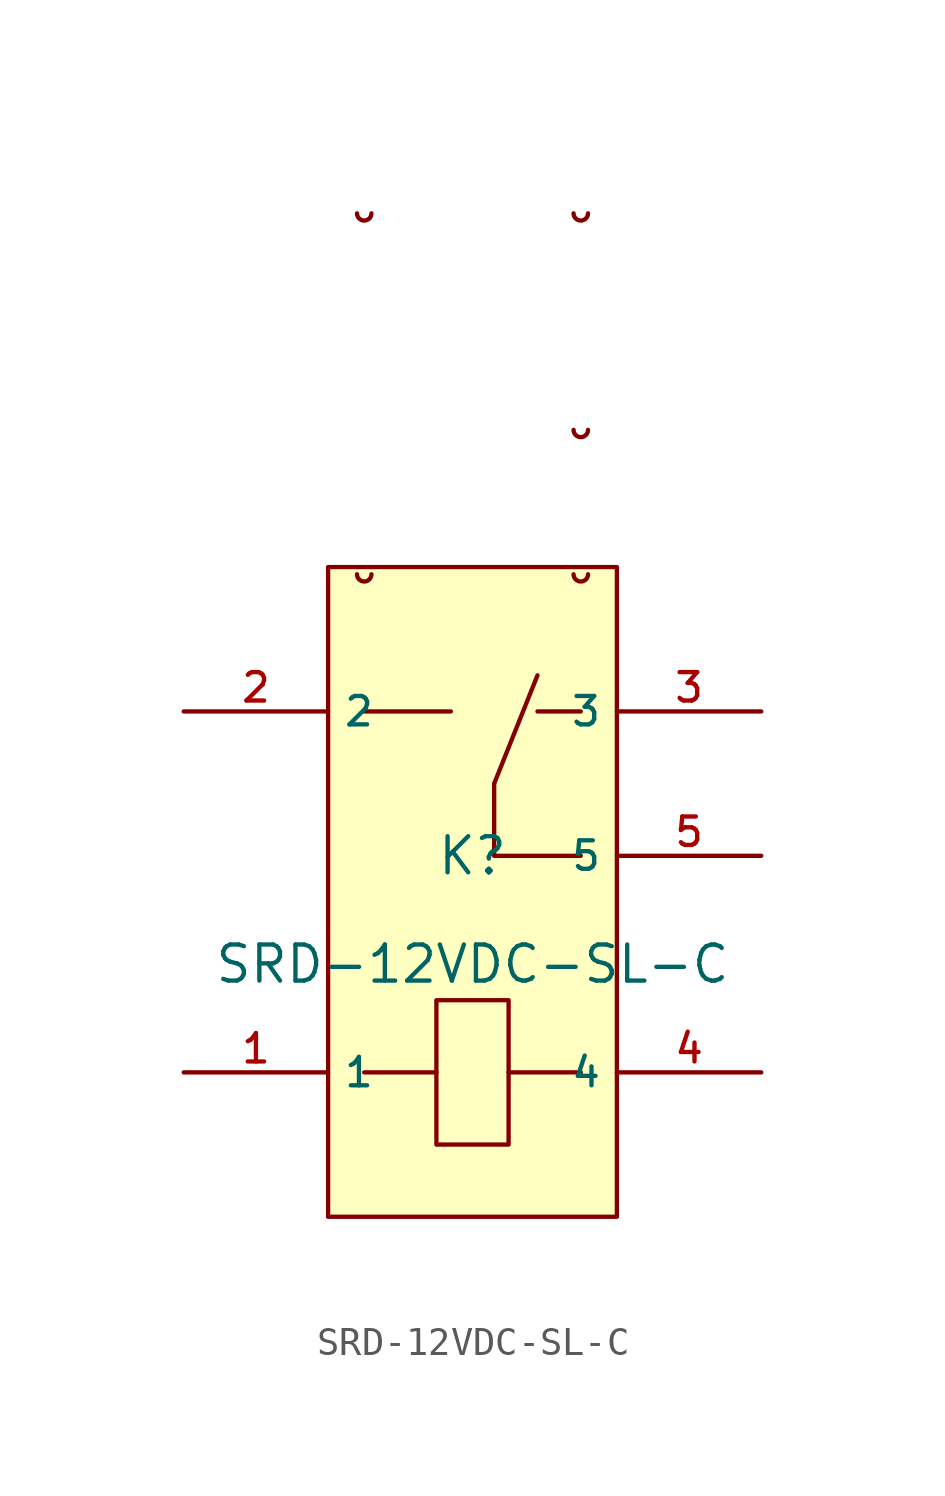
<source format=kicad_sym>
(kicad_symbol_lib
  (version 20210201)
  (generator TousstNicolas/JLC2KiCad_lib)
  (symbol "SRD-12VDC-SL-C"
    (property "Reference" "K"
      (at 0 1.27 0)
      (effects (font (size 1.27 1.27))))
    (property "Value" "SRD-12VDC-SL-C"
      (at 0 -2.54 0)
      (effects (font (size 1.27 1.27))))
    (symbol "SRD-12VDC-SL-C_0_1"
      (rectangle (start -5.08 11.43) (end 5.08 -11.43) (stroke (width 0) (type default) (color 0 0 0 0)) (fill (type background)))
      (pin input line (at -10.16 -6.35 0) (length 5.08) (name "1" (effects (font (size 1 1)))) (number "1" (effects (font (size 1 1)))))
      (pin input line (at -10.16 6.35 0) (length 5.08) (name "2" (effects (font (size 1 1)))) (number "2" (effects (font (size 1 1)))))
      (pin input line (at 10.16 6.35 180) (length 5.08) (name "3" (effects (font (size 1 1)))) (number "3" (effects (font (size 1 1)))))
      (pin input line (at 10.16 -6.35 180) (length 5.08) (name "4" (effects (font (size 1 1)))) (number "4" (effects (font (size 1 1)))))
      (pin input line (at 10.16 1.27 180) (length 5.08) (name "5" (effects (font (size 1 1)))) (number "5" (effects (font (size 1 1)))))
      (polyline (pts (xy -3.81 -6.35) (xy -1.27 -6.35)) (stroke (width 0) (type default) (color 0 0 0 0)) (fill (type none)))
      (polyline (pts (xy 1.27 -6.35) (xy 3.81 -6.35)) (stroke (width 0) (type default) (color 0 0 0 0)) (fill (type none)))
      (polyline (pts (xy 1.27 -8.89) (xy -1.27 -8.89) (xy -1.27 -3.81) (xy 1.27 -3.81) (xy 1.27 -8.89)) (stroke (width 0) (type default) (color 0 0 0 0)) (fill (type none)))
      (arc (start 4.064262128524258 23.876047752095506) (mid 3.8102616205232422 23.62204724409449) (end 3.5562611125222263 23.876047752095506) (stroke (width 0) (type default) (color 0 0 0 0)) (fill (type none)))
      (arc (start -3.555753111506224 23.876047752095506) (mid -3.80975361950724 23.62204724409449) (end -4.063754127508256 23.876047752095506) (stroke (width 0) (type default) (color 0 0 0 0)) (fill (type none)))
      (polyline (pts (xy 3.81 1.27) (xy 0.762 1.27) (xy 0.762 3.81)) (stroke (width 0) (type default) (color 0 0 0 0)) (fill (type none)))
      (polyline (pts (xy -3.81 6.35) (xy -0.762 6.35)) (stroke (width 0) (type default) (color 0 0 0 0)) (fill (type none)))
      (polyline (pts (xy 3.81 6.35) (xy 2.286 6.35)) (stroke (width 0) (type default) (color 0 0 0 0)) (fill (type none)))
      (polyline (pts (xy 0.762 3.81) (xy 2.286 7.62)) (stroke (width 0) (type default) (color 0 0 0 0)) (fill (type none)))
      (arc (start -3.555753111506224 11.176022352044704) (mid -3.80975361950724 10.92202184404369) (end -4.063754127508256 11.176022352044704) (stroke (width 0) (type default) (color 0 0 0 0)) (fill (type none)))
      (arc (start 4.064262128524258 16.256032512065026) (mid 3.8102616205232422 16.00203200406401) (end 3.5562611125222263 16.256032512065026) (stroke (width 0) (type default) (color 0 0 0 0)) (fill (type none)))
      (arc (start 4.064262128524258 11.176022352044704) (mid 3.8102616205232422 10.92202184404369) (end 3.5562611125222263 11.176022352044704) (stroke (width 0) (type default) (color 0 0 0 0)) (fill (type none))))))
</source>
